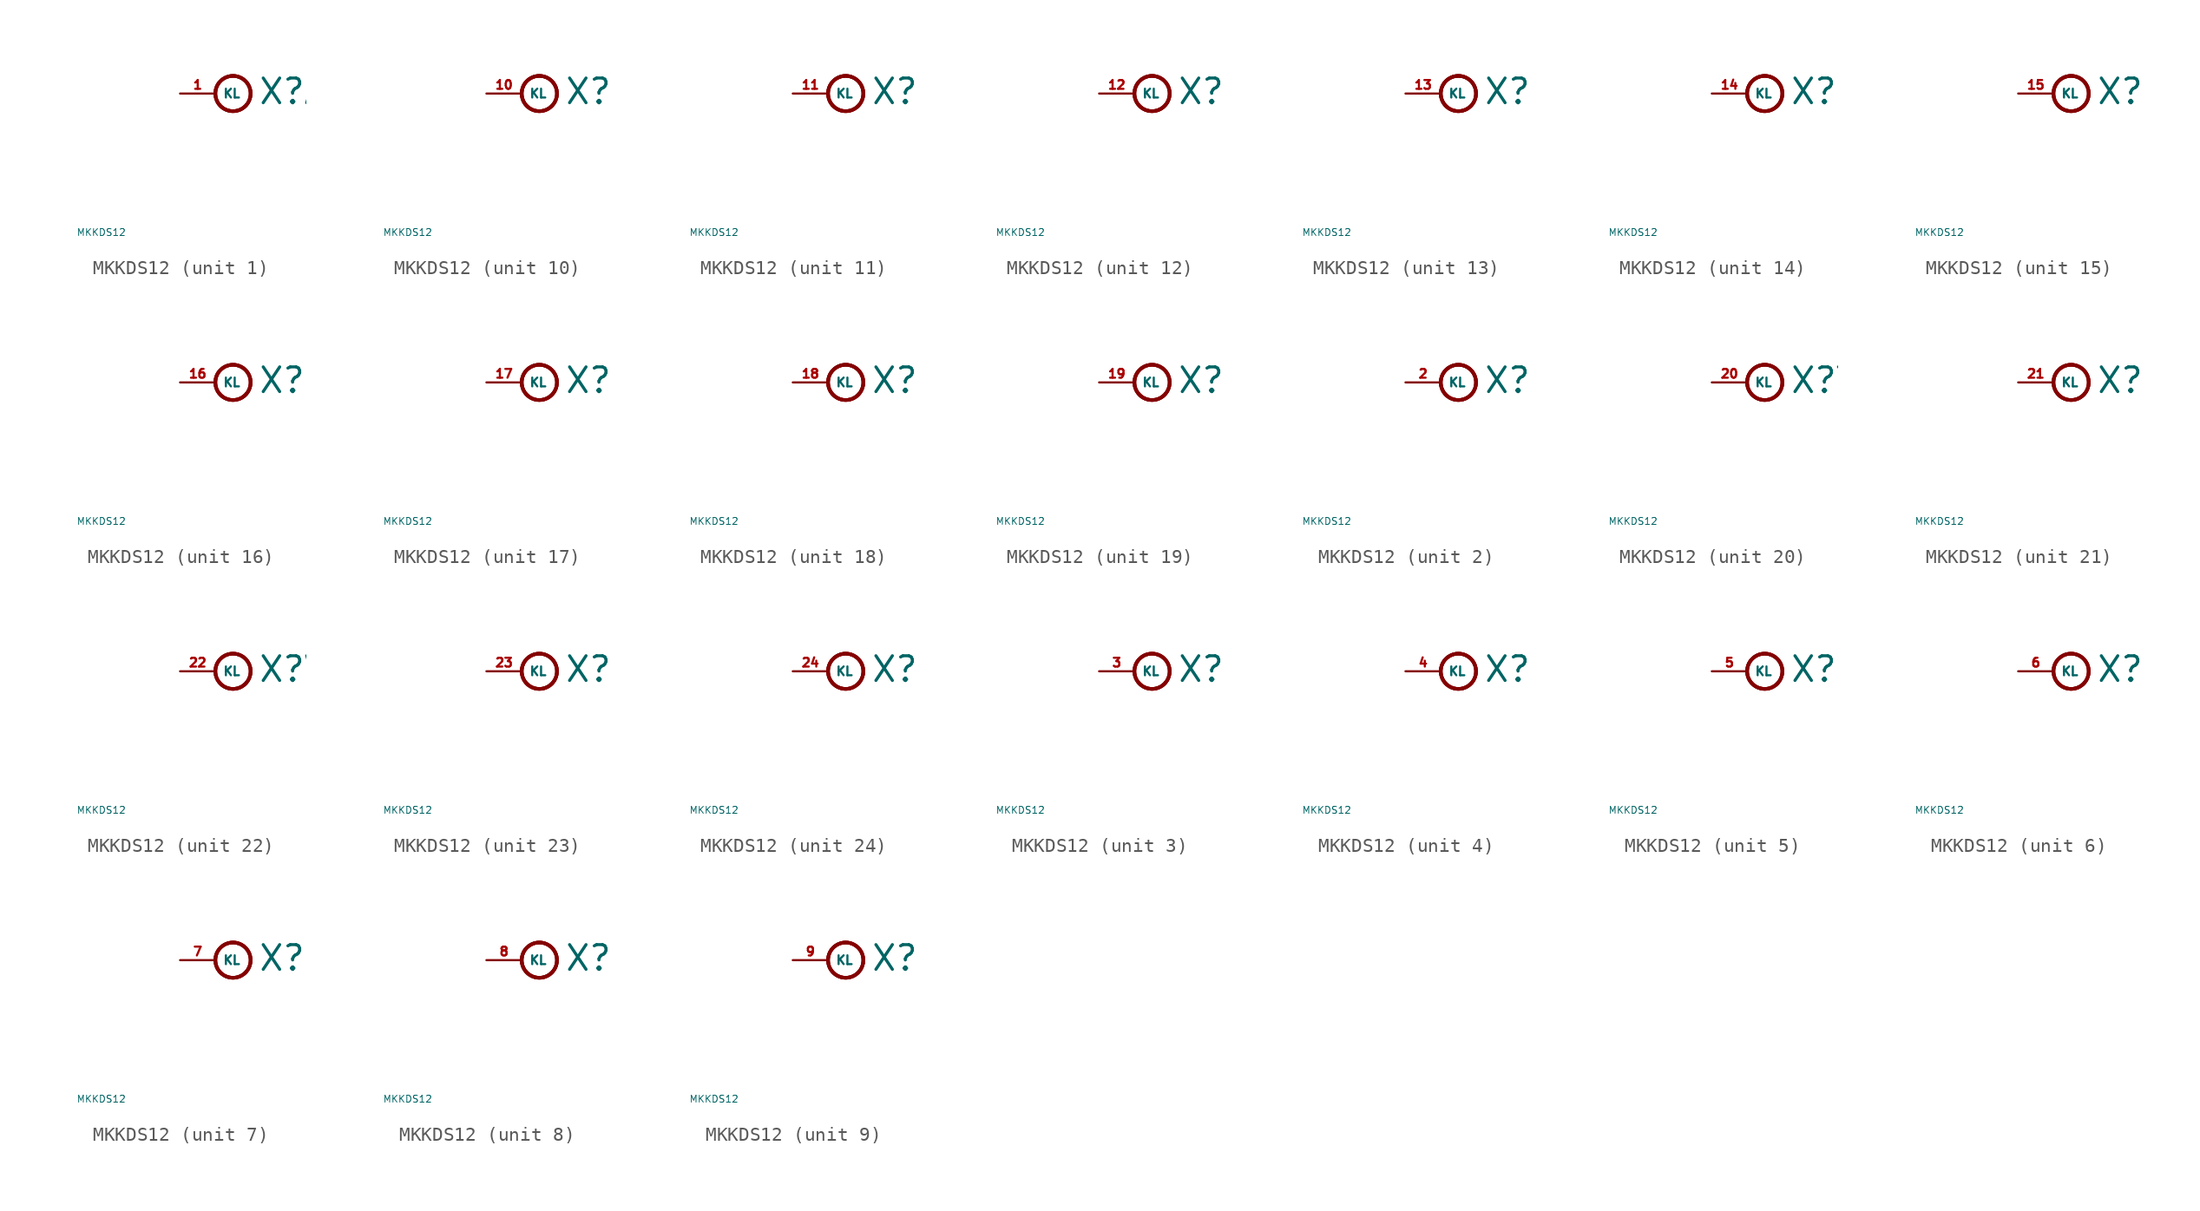
<source format=kicad_sym>
(kicad_symbol_lib
  (version 20220914)
  (generator Eagle2Kicad)
  (symbol "MKKDS12"
    (property "Reference" "X"
      (at 3.048 -0.889 0)
      (effects (font (size 1.778 1.778) (thickness 0.22)) (justify left bottom)))
    (property "Value" "MKKDS12"
      (at -10 -10 0)
      (effects (font (size 0.5 0.5) (thickness 0.06)) (justify left)))
    (symbol "MKKDS12_1_0"
      (circle (center 1.27 0) (radius 1.27) (stroke (width 0.254) (type default)) (fill (type none)))
      (circle (center 1.27 0) (radius 1.27) (stroke (width 0.254) (type default)) (fill (type none)))
      (circle (center 1.27 0) (radius 1.27) (stroke (width 0.254) (type default)) (fill (type none)))
      (pin passive line (at -2.54 0 0) (length 2.54) (name "KL" (effects (font (size 0.635 0.635) (thickness 0.08)) (justify left bottom))) (number "1" (effects (font (size 0.635 0.635) (thickness 0.08)) (justify left bottom)))))
    (symbol "MKKDS12_2_0"
      (circle (center 1.27 0) (radius 1.27) (stroke (width 0.254) (type default)) (fill (type none)))
      (circle (center 1.27 0) (radius 1.27) (stroke (width 0.254) (type default)) (fill (type none)))
      (circle (center 1.27 0) (radius 1.27) (stroke (width 0.254) (type default)) (fill (type none)))
      (pin passive line (at -2.54 0 0) (length 2.54) (name "KL" (effects (font (size 0.635 0.635) (thickness 0.08)) (justify left bottom))) (number "2" (effects (font (size 0.635 0.635) (thickness 0.08)) (justify left bottom)))))
    (symbol "MKKDS12_3_0"
      (circle (center 1.27 0) (radius 1.27) (stroke (width 0.254) (type default)) (fill (type none)))
      (circle (center 1.27 0) (radius 1.27) (stroke (width 0.254) (type default)) (fill (type none)))
      (circle (center 1.27 0) (radius 1.27) (stroke (width 0.254) (type default)) (fill (type none)))
      (pin passive line (at -2.54 0 0) (length 2.54) (name "KL" (effects (font (size 0.635 0.635) (thickness 0.08)) (justify left bottom))) (number "3" (effects (font (size 0.635 0.635) (thickness 0.08)) (justify left bottom)))))
    (symbol "MKKDS12_4_0"
      (circle (center 1.27 0) (radius 1.27) (stroke (width 0.254) (type default)) (fill (type none)))
      (circle (center 1.27 0) (radius 1.27) (stroke (width 0.254) (type default)) (fill (type none)))
      (circle (center 1.27 0) (radius 1.27) (stroke (width 0.254) (type default)) (fill (type none)))
      (pin passive line (at -2.54 0 0) (length 2.54) (name "KL" (effects (font (size 0.635 0.635) (thickness 0.08)) (justify left bottom))) (number "4" (effects (font (size 0.635 0.635) (thickness 0.08)) (justify left bottom)))))
    (symbol "MKKDS12_5_0"
      (circle (center 1.27 0) (radius 1.27) (stroke (width 0.254) (type default)) (fill (type none)))
      (circle (center 1.27 0) (radius 1.27) (stroke (width 0.254) (type default)) (fill (type none)))
      (circle (center 1.27 0) (radius 1.27) (stroke (width 0.254) (type default)) (fill (type none)))
      (pin passive line (at -2.54 0 0) (length 2.54) (name "KL" (effects (font (size 0.635 0.635) (thickness 0.08)) (justify left bottom))) (number "5" (effects (font (size 0.635 0.635) (thickness 0.08)) (justify left bottom)))))
    (symbol "MKKDS12_6_0"
      (circle (center 1.27 0) (radius 1.27) (stroke (width 0.254) (type default)) (fill (type none)))
      (circle (center 1.27 0) (radius 1.27) (stroke (width 0.254) (type default)) (fill (type none)))
      (circle (center 1.27 0) (radius 1.27) (stroke (width 0.254) (type default)) (fill (type none)))
      (pin passive line (at -2.54 0 0) (length 2.54) (name "KL" (effects (font (size 0.635 0.635) (thickness 0.08)) (justify left bottom))) (number "6" (effects (font (size 0.635 0.635) (thickness 0.08)) (justify left bottom)))))
    (symbol "MKKDS12_7_0"
      (circle (center 1.27 0) (radius 1.27) (stroke (width 0.254) (type default)) (fill (type none)))
      (circle (center 1.27 0) (radius 1.27) (stroke (width 0.254) (type default)) (fill (type none)))
      (circle (center 1.27 0) (radius 1.27) (stroke (width 0.254) (type default)) (fill (type none)))
      (pin passive line (at -2.54 0 0) (length 2.54) (name "KL" (effects (font (size 0.635 0.635) (thickness 0.08)) (justify left bottom))) (number "7" (effects (font (size 0.635 0.635) (thickness 0.08)) (justify left bottom)))))
    (symbol "MKKDS12_8_0"
      (circle (center 1.27 0) (radius 1.27) (stroke (width 0.254) (type default)) (fill (type none)))
      (circle (center 1.27 0) (radius 1.27) (stroke (width 0.254) (type default)) (fill (type none)))
      (circle (center 1.27 0) (radius 1.27) (stroke (width 0.254) (type default)) (fill (type none)))
      (pin passive line (at -2.54 0 0) (length 2.54) (name "KL" (effects (font (size 0.635 0.635) (thickness 0.08)) (justify left bottom))) (number "8" (effects (font (size 0.635 0.635) (thickness 0.08)) (justify left bottom)))))
    (symbol "MKKDS12_9_0"
      (circle (center 1.27 0) (radius 1.27) (stroke (width 0.254) (type default)) (fill (type none)))
      (circle (center 1.27 0) (radius 1.27) (stroke (width 0.254) (type default)) (fill (type none)))
      (circle (center 1.27 0) (radius 1.27) (stroke (width 0.254) (type default)) (fill (type none)))
      (pin passive line (at -2.54 0 0) (length 2.54) (name "KL" (effects (font (size 0.635 0.635) (thickness 0.08)) (justify left bottom))) (number "9" (effects (font (size 0.635 0.635) (thickness 0.08)) (justify left bottom)))))
    (symbol "MKKDS12_10_0"
      (circle (center 1.27 0) (radius 1.27) (stroke (width 0.254) (type default)) (fill (type none)))
      (circle (center 1.27 0) (radius 1.27) (stroke (width 0.254) (type default)) (fill (type none)))
      (circle (center 1.27 0) (radius 1.27) (stroke (width 0.254) (type default)) (fill (type none)))
      (pin passive line (at -2.54 0 0) (length 2.54) (name "KL" (effects (font (size 0.635 0.635) (thickness 0.08)) (justify left bottom))) (number "10" (effects (font (size 0.635 0.635) (thickness 0.08)) (justify left bottom)))))
    (symbol "MKKDS12_11_0"
      (circle (center 1.27 0) (radius 1.27) (stroke (width 0.254) (type default)) (fill (type none)))
      (circle (center 1.27 0) (radius 1.27) (stroke (width 0.254) (type default)) (fill (type none)))
      (circle (center 1.27 0) (radius 1.27) (stroke (width 0.254) (type default)) (fill (type none)))
      (pin passive line (at -2.54 0 0) (length 2.54) (name "KL" (effects (font (size 0.635 0.635) (thickness 0.08)) (justify left bottom))) (number "11" (effects (font (size 0.635 0.635) (thickness 0.08)) (justify left bottom)))))
    (symbol "MKKDS12_12_0"
      (circle (center 1.27 0) (radius 1.27) (stroke (width 0.254) (type default)) (fill (type none)))
      (circle (center 1.27 0) (radius 1.27) (stroke (width 0.254) (type default)) (fill (type none)))
      (circle (center 1.27 0) (radius 1.27) (stroke (width 0.254) (type default)) (fill (type none)))
      (pin passive line (at -2.54 0 0) (length 2.54) (name "KL" (effects (font (size 0.635 0.635) (thickness 0.08)) (justify left bottom))) (number "12" (effects (font (size 0.635 0.635) (thickness 0.08)) (justify left bottom)))))
    (symbol "MKKDS12_13_0"
      (circle (center 1.27 0) (radius 1.27) (stroke (width 0.254) (type default)) (fill (type none)))
      (circle (center 1.27 0) (radius 1.27) (stroke (width 0.254) (type default)) (fill (type none)))
      (circle (center 1.27 0) (radius 1.27) (stroke (width 0.254) (type default)) (fill (type none)))
      (pin passive line (at -2.54 0 0) (length 2.54) (name "KL" (effects (font (size 0.635 0.635) (thickness 0.08)) (justify left bottom))) (number "13" (effects (font (size 0.635 0.635) (thickness 0.08)) (justify left bottom)))))
    (symbol "MKKDS12_14_0"
      (circle (center 1.27 0) (radius 1.27) (stroke (width 0.254) (type default)) (fill (type none)))
      (circle (center 1.27 0) (radius 1.27) (stroke (width 0.254) (type default)) (fill (type none)))
      (circle (center 1.27 0) (radius 1.27) (stroke (width 0.254) (type default)) (fill (type none)))
      (pin passive line (at -2.54 0 0) (length 2.54) (name "KL" (effects (font (size 0.635 0.635) (thickness 0.08)) (justify left bottom))) (number "14" (effects (font (size 0.635 0.635) (thickness 0.08)) (justify left bottom)))))
    (symbol "MKKDS12_15_0"
      (circle (center 1.27 0) (radius 1.27) (stroke (width 0.254) (type default)) (fill (type none)))
      (circle (center 1.27 0) (radius 1.27) (stroke (width 0.254) (type default)) (fill (type none)))
      (circle (center 1.27 0) (radius 1.27) (stroke (width 0.254) (type default)) (fill (type none)))
      (pin passive line (at -2.54 0 0) (length 2.54) (name "KL" (effects (font (size 0.635 0.635) (thickness 0.08)) (justify left bottom))) (number "15" (effects (font (size 0.635 0.635) (thickness 0.08)) (justify left bottom)))))
    (symbol "MKKDS12_16_0"
      (circle (center 1.27 0) (radius 1.27) (stroke (width 0.254) (type default)) (fill (type none)))
      (circle (center 1.27 0) (radius 1.27) (stroke (width 0.254) (type default)) (fill (type none)))
      (circle (center 1.27 0) (radius 1.27) (stroke (width 0.254) (type default)) (fill (type none)))
      (pin passive line (at -2.54 0 0) (length 2.54) (name "KL" (effects (font (size 0.635 0.635) (thickness 0.08)) (justify left bottom))) (number "16" (effects (font (size 0.635 0.635) (thickness 0.08)) (justify left bottom)))))
    (symbol "MKKDS12_17_0"
      (circle (center 1.27 0) (radius 1.27) (stroke (width 0.254) (type default)) (fill (type none)))
      (circle (center 1.27 0) (radius 1.27) (stroke (width 0.254) (type default)) (fill (type none)))
      (circle (center 1.27 0) (radius 1.27) (stroke (width 0.254) (type default)) (fill (type none)))
      (pin passive line (at -2.54 0 0) (length 2.54) (name "KL" (effects (font (size 0.635 0.635) (thickness 0.08)) (justify left bottom))) (number "17" (effects (font (size 0.635 0.635) (thickness 0.08)) (justify left bottom)))))
    (symbol "MKKDS12_18_0"
      (circle (center 1.27 0) (radius 1.27) (stroke (width 0.254) (type default)) (fill (type none)))
      (circle (center 1.27 0) (radius 1.27) (stroke (width 0.254) (type default)) (fill (type none)))
      (circle (center 1.27 0) (radius 1.27) (stroke (width 0.254) (type default)) (fill (type none)))
      (pin passive line (at -2.54 0 0) (length 2.54) (name "KL" (effects (font (size 0.635 0.635) (thickness 0.08)) (justify left bottom))) (number "18" (effects (font (size 0.635 0.635) (thickness 0.08)) (justify left bottom)))))
    (symbol "MKKDS12_19_0"
      (circle (center 1.27 0) (radius 1.27) (stroke (width 0.254) (type default)) (fill (type none)))
      (circle (center 1.27 0) (radius 1.27) (stroke (width 0.254) (type default)) (fill (type none)))
      (circle (center 1.27 0) (radius 1.27) (stroke (width 0.254) (type default)) (fill (type none)))
      (pin passive line (at -2.54 0 0) (length 2.54) (name "KL" (effects (font (size 0.635 0.635) (thickness 0.08)) (justify left bottom))) (number "19" (effects (font (size 0.635 0.635) (thickness 0.08)) (justify left bottom)))))
    (symbol "MKKDS12_20_0"
      (circle (center 1.27 0) (radius 1.27) (stroke (width 0.254) (type default)) (fill (type none)))
      (circle (center 1.27 0) (radius 1.27) (stroke (width 0.254) (type default)) (fill (type none)))
      (circle (center 1.27 0) (radius 1.27) (stroke (width 0.254) (type default)) (fill (type none)))
      (pin passive line (at -2.54 0 0) (length 2.54) (name "KL" (effects (font (size 0.635 0.635) (thickness 0.08)) (justify left bottom))) (number "20" (effects (font (size 0.635 0.635) (thickness 0.08)) (justify left bottom)))))
    (symbol "MKKDS12_21_0"
      (circle (center 1.27 0) (radius 1.27) (stroke (width 0.254) (type default)) (fill (type none)))
      (circle (center 1.27 0) (radius 1.27) (stroke (width 0.254) (type default)) (fill (type none)))
      (circle (center 1.27 0) (radius 1.27) (stroke (width 0.254) (type default)) (fill (type none)))
      (pin passive line (at -2.54 0 0) (length 2.54) (name "KL" (effects (font (size 0.635 0.635) (thickness 0.08)) (justify left bottom))) (number "21" (effects (font (size 0.635 0.635) (thickness 0.08)) (justify left bottom)))))
    (symbol "MKKDS12_22_0"
      (circle (center 1.27 0) (radius 1.27) (stroke (width 0.254) (type default)) (fill (type none)))
      (circle (center 1.27 0) (radius 1.27) (stroke (width 0.254) (type default)) (fill (type none)))
      (circle (center 1.27 0) (radius 1.27) (stroke (width 0.254) (type default)) (fill (type none)))
      (pin passive line (at -2.54 0 0) (length 2.54) (name "KL" (effects (font (size 0.635 0.635) (thickness 0.08)) (justify left bottom))) (number "22" (effects (font (size 0.635 0.635) (thickness 0.08)) (justify left bottom)))))
    (symbol "MKKDS12_23_0"
      (circle (center 1.27 0) (radius 1.27) (stroke (width 0.254) (type default)) (fill (type none)))
      (circle (center 1.27 0) (radius 1.27) (stroke (width 0.254) (type default)) (fill (type none)))
      (circle (center 1.27 0) (radius 1.27) (stroke (width 0.254) (type default)) (fill (type none)))
      (pin passive line (at -2.54 0 0) (length 2.54) (name "KL" (effects (font (size 0.635 0.635) (thickness 0.08)) (justify left bottom))) (number "23" (effects (font (size 0.635 0.635) (thickness 0.08)) (justify left bottom)))))
    (symbol "MKKDS12_24_0"
      (circle (center 1.27 0) (radius 1.27) (stroke (width 0.254) (type default)) (fill (type none)))
      (circle (center 1.27 0) (radius 1.27) (stroke (width 0.254) (type default)) (fill (type none)))
      (circle (center 1.27 0) (radius 1.27) (stroke (width 0.254) (type default)) (fill (type none)))
      (pin passive line (at -2.54 0 0) (length 2.54) (name "KL" (effects (font (size 0.635 0.635) (thickness 0.08)) (justify left bottom))) (number "24" (effects (font (size 0.635 0.635) (thickness 0.08)) (justify left bottom)))))))
</source>
